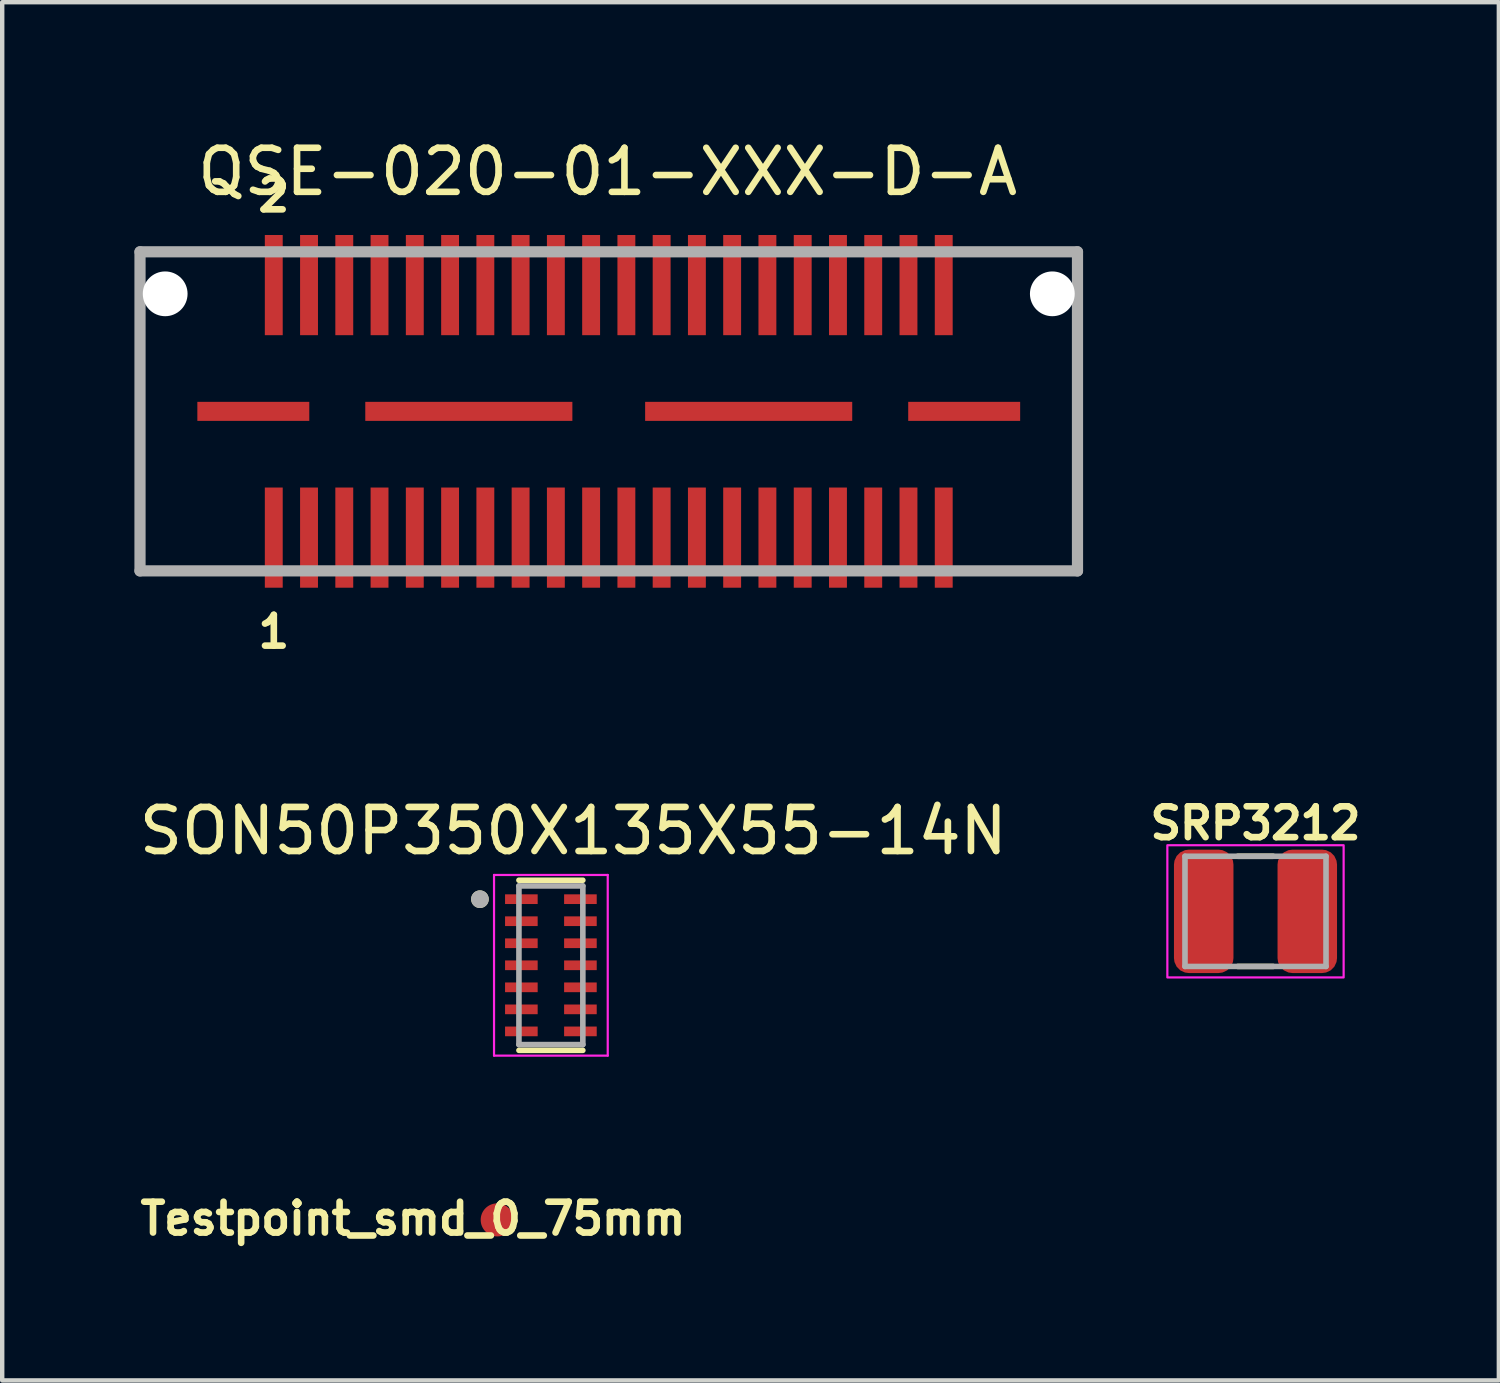
<source format=kicad_pcb>
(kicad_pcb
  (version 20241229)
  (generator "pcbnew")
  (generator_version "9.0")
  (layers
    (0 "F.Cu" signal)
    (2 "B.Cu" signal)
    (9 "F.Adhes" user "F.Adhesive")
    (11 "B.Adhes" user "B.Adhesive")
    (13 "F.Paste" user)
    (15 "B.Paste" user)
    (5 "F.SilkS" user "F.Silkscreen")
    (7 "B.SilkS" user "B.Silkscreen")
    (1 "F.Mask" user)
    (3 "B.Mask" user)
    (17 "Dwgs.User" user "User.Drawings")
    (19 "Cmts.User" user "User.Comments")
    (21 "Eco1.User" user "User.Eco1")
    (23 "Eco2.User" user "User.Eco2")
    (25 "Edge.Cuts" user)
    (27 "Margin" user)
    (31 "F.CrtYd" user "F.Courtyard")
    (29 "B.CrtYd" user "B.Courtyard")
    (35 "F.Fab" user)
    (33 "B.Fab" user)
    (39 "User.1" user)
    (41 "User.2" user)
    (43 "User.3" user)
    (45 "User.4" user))
  (footprint "Testpoint_smd_0_75mm"
    (layer "F.Cu")
    (at 8.232 24.681)
    (property "Reference" "Testpoint_smd_0_75mm" (at -1.91 -0.08 0) (layer "F.SilkS") (effects (font (size 0.7 0.7) (thickness 0.15))))
    (attr exclude_from_pos_files exclude_from_bom)
    (pad "1" smd circle (at 0 -0.051) (size 0.75 0.75) (layers "F.Cu" "F.Mask")))
  (footprint "SON50P350X135X55-14N"
    (layer "F.Cu")
    (at 9.45 18.853)
    (property "Reference" "SON50P350X135X55-14N" (at 0.508 -3.048 0) (layer "F.SilkS") (effects (font (size 1 1) (thickness 0.15))))
    (attr through_hole)
    (fp_line (start -0.725 -1.93) (end 0.725 -1.93) (stroke (width 0.127) (type solid)) (layer "F.SilkS"))
    (fp_line (start -0.725 1.93) (end 0.725 1.93) (stroke (width 0.127) (type solid)) (layer "F.SilkS"))
    (fp_circle (center -1.61 -1.5) (end -1.51 -1.5) (stroke (width 0.2) (type solid)) (fill no) (layer "F.SilkS"))
    (fp_line (start -1.29 -2.05) (end -1.29 2.05) (stroke (width 0.05) (type solid)) (layer "F.CrtYd"))
    (fp_line (start -1.29 -2.05) (end 1.29 -2.05) (stroke (width 0.05) (type solid)) (layer "F.CrtYd"))
    (fp_line (start -1.29 2.05) (end 1.29 2.05) (stroke (width 0.05) (type solid)) (layer "F.CrtYd"))
    (fp_line (start 1.29 -2.05) (end 1.29 2.05) (stroke (width 0.05) (type solid)) (layer "F.CrtYd"))
    (fp_line (start -0.725 -1.8) (end -0.725 1.8) (stroke (width 0.127) (type solid)) (layer "F.Fab"))
    (fp_line (start -0.725 -1.8) (end 0.725 -1.8) (stroke (width 0.127) (type solid)) (layer "F.Fab"))
    (fp_line (start -0.725 1.8) (end 0.725 1.8) (stroke (width 0.127) (type solid)) (layer "F.Fab"))
    (fp_line (start 0.725 -1.8) (end 0.725 1.8) (stroke (width 0.127) (type solid)) (layer "F.Fab"))
    (fp_circle (center -1.61 -1.5) (end -1.51 -1.5) (stroke (width 0.2) (type solid)) (fill no) (layer "F.Fab"))
    (pad "5" smd rect (at -0.67 0.5) (size 0.74 0.22) (layers "F.Cu" "F.Mask" "F.Paste"))
    (pad "8" smd rect (at -0.67 1.5) (size 0.74 0.22) (layers "F.Cu" "F.Mask" "F.Paste"))
    (pad "8" smd rect (at 0.67 1.5) (size 0.74 0.22) (layers "F.Cu" "F.Mask" "F.Paste"))
    (pad "9" smd rect (at -0.67 1) (size 0.74 0.22) (layers "F.Cu" "F.Mask" "F.Paste"))
    (pad "9" smd rect (at 0.67 1) (size 0.74 0.22) (layers "F.Cu" "F.Mask" "F.Paste"))
    (pad "10" smd rect (at 0.67 0.5) (size 0.74 0.22) (layers "F.Cu" "F.Mask" "F.Paste"))
    (pad "11" smd rect (at -0.67 0) (size 0.74 0.22) (layers "F.Cu" "F.Mask" "F.Paste"))
    (pad "11" smd rect (at 0.67 0) (size 0.74 0.22) (layers "F.Cu" "F.Mask" "F.Paste"))
    (pad "12" smd rect (at -0.67 -0.5) (size 0.74 0.22) (layers "F.Cu" "F.Mask" "F.Paste"))
    (pad "12" smd rect (at 0.67 -0.5) (size 0.74 0.22) (layers "F.Cu" "F.Mask" "F.Paste"))
    (pad "13" smd rect (at -0.67 -1) (size 0.74 0.22) (layers "F.Cu" "F.Mask" "F.Paste"))
    (pad "13" smd rect (at 0.67 -1) (size 0.74 0.22) (layers "F.Cu" "F.Mask" "F.Paste"))
    (pad "14" smd rect (at -0.67 -1.5) (size 0.74 0.22) (layers "F.Cu" "F.Mask" "F.Paste"))
    (pad "14" smd rect (at 0.67 -1.5) (size 0.74 0.22) (layers "F.Cu" "F.Mask" "F.Paste")))
  (footprint "QSE-020-01-XXX-D-A"
    (layer "F.Cu")
    (at 10.763 6.284)
    (property "Reference" "QSE-020-01-XXX-D-A" (at -0.025 -5.436 0) (layer "F.SilkS") (effects (font (size 1 1) (thickness 0.15))))
    (attr through_hole)
    (fp_line (start -10.636 -3.62) (end 10.636 -3.62) (stroke (width 0.254) (type solid)) (layer "F.Fab"))
    (fp_line (start -10.636 3.62) (end -10.636 -3.62) (stroke (width 0.254) (type solid)) (layer "F.Fab"))
    (fp_line (start 10.636 -3.62) (end 10.636 3.62) (stroke (width 0.254) (type solid)) (layer "F.Fab"))
    (fp_line (start 10.636 3.62) (end -10.636 3.62) (stroke (width 0.254) (type solid)) (layer "F.Fab"))
    (fp_text user "1" (at -7.6 5 0) (layer "F.SilkS") (effects (font (size 0.7 0.7) (thickness 0.15))))
    (fp_text user "2" (at -7.6 -4.9 0) (layer "F.SilkS") (effects (font (size 0.7 0.7) (thickness 0.15))))
    (pad "" np_thru_hole circle (at -10.065 -2.667) (size 1.016 1.016) (drill 1.016) (layers "*.Cu" "*.Mask"))
    (pad "" np_thru_hole circle (at 10.065 -2.667) (size 1.016 1.016) (drill 1.016) (layers "*.Cu" "*.Mask"))
    (pad "1" smd rect (at -7.601 2.865) (size 0.406 2.273) (layers "F.Cu" "F.Mask" "F.Paste"))
    (pad "2" smd rect (at -7.601 -2.865) (size 0.406 2.273) (layers "F.Cu" "F.Mask" "F.Paste"))
    (pad "3" smd rect (at -6.801 2.865) (size 0.406 2.273) (layers "F.Cu" "F.Mask" "F.Paste"))
    (pad "4" smd rect (at -6.801 -2.865) (size 0.406 2.273) (layers "F.Cu" "F.Mask" "F.Paste"))
    (pad "5" smd rect (at -6.001 2.865) (size 0.406 2.273) (layers "F.Cu" "F.Mask" "F.Paste"))
    (pad "6" smd rect (at -6.001 -2.865) (size 0.406 2.273) (layers "F.Cu" "F.Mask" "F.Paste"))
    (pad "7" smd rect (at -5.201 2.865) (size 0.406 2.273) (layers "F.Cu" "F.Mask" "F.Paste"))
    (pad "8" smd rect (at -5.201 -2.865) (size 0.406 2.273) (layers "F.Cu" "F.Mask" "F.Paste"))
    (pad "9" smd rect (at -4.401 2.865) (size 0.406 2.273) (layers "F.Cu" "F.Mask" "F.Paste"))
    (pad "10" smd rect (at -4.401 -2.865) (size 0.406 2.273) (layers "F.Cu" "F.Mask" "F.Paste"))
    (pad "11" smd rect (at -3.6 2.865) (size 0.406 2.273) (layers "F.Cu" "F.Mask" "F.Paste"))
    (pad "12" smd rect (at -3.6 -2.865) (size 0.406 2.273) (layers "F.Cu" "F.Mask" "F.Paste"))
    (pad "13" smd rect (at -2.8 2.865) (size 0.406 2.273) (layers "F.Cu" "F.Mask" "F.Paste"))
    (pad "14" smd rect (at -2.8 -2.865) (size 0.406 2.273) (layers "F.Cu" "F.Mask" "F.Paste"))
    (pad "15" smd rect (at -2 2.865) (size 0.406 2.273) (layers "F.Cu" "F.Mask" "F.Paste"))
    (pad "16" smd rect (at -2 -2.865) (size 0.406 2.273) (layers "F.Cu" "F.Mask" "F.Paste"))
    (pad "17" smd rect (at -1.2 2.865) (size 0.406 2.273) (layers "F.Cu" "F.Mask" "F.Paste"))
    (pad "18" smd rect (at -1.2 -2.865) (size 0.406 2.273) (layers "F.Cu" "F.Mask" "F.Paste"))
    (pad "19" smd rect (at -0.4 2.865) (size 0.406 2.273) (layers "F.Cu" "F.Mask" "F.Paste"))
    (pad "20" smd rect (at -0.4 -2.865) (size 0.406 2.273) (layers "F.Cu" "F.Mask" "F.Paste"))
    (pad "21" smd rect (at 0.4 2.865) (size 0.406 2.273) (layers "F.Cu" "F.Mask" "F.Paste"))
    (pad "22" smd rect (at 0.4 -2.865) (size 0.406 2.273) (layers "F.Cu" "F.Mask" "F.Paste"))
    (pad "23" smd rect (at 1.2 2.865) (size 0.406 2.273) (layers "F.Cu" "F.Mask" "F.Paste"))
    (pad "24" smd rect (at 1.2 -2.865) (size 0.406 2.273) (layers "F.Cu" "F.Mask" "F.Paste"))
    (pad "25" smd rect (at 2 2.865) (size 0.406 2.273) (layers "F.Cu" "F.Mask" "F.Paste"))
    (pad "26" smd rect (at 2 -2.865) (size 0.406 2.273) (layers "F.Cu" "F.Mask" "F.Paste"))
    (pad "27" smd rect (at 2.8 2.865) (size 0.406 2.273) (layers "F.Cu" "F.Mask" "F.Paste"))
    (pad "28" smd rect (at 2.8 -2.865) (size 0.406 2.273) (layers "F.Cu" "F.Mask" "F.Paste"))
    (pad "29" smd rect (at 3.6 2.865) (size 0.406 2.273) (layers "F.Cu" "F.Mask" "F.Paste"))
    (pad "30" smd rect (at 3.6 -2.865) (size 0.406 2.273) (layers "F.Cu" "F.Mask" "F.Paste"))
    (pad "31" smd rect (at 4.401 2.865) (size 0.406 2.273) (layers "F.Cu" "F.Mask" "F.Paste"))
    (pad "32" smd rect (at 4.401 -2.865) (size 0.406 2.273) (layers "F.Cu" "F.Mask" "F.Paste"))
    (pad "33" smd rect (at 5.201 2.865) (size 0.406 2.273) (layers "F.Cu" "F.Mask" "F.Paste"))
    (pad "34" smd rect (at 5.201 -2.865) (size 0.406 2.273) (layers "F.Cu" "F.Mask" "F.Paste"))
    (pad "35" smd rect (at 6.001 2.865) (size 0.406 2.273) (layers "F.Cu" "F.Mask" "F.Paste"))
    (pad "36" smd rect (at 6.001 -2.865) (size 0.406 2.273) (layers "F.Cu" "F.Mask" "F.Paste"))
    (pad "37" smd rect (at 6.801 2.865) (size 0.406 2.273) (layers "F.Cu" "F.Mask" "F.Paste"))
    (pad "38" smd rect (at 6.801 -2.865) (size 0.406 2.273) (layers "F.Cu" "F.Mask" "F.Paste"))
    (pad "39" smd rect (at 7.601 2.865) (size 0.406 2.273) (layers "F.Cu" "F.Mask" "F.Paste"))
    (pad "40" smd rect (at 7.601 -2.865) (size 0.406 2.273) (layers "F.Cu" "F.Mask" "F.Paste"))
    (pad "G1" smd rect (at -8.065 0) (size 2.54 0.432) (layers "F.Cu" "F.Mask" "F.Paste"))
    (pad "G2" smd rect (at -3.175 0) (size 4.699 0.432) (layers "F.Cu" "F.Mask" "F.Paste"))
    (pad "G3" smd rect (at 3.175 0) (size 4.699 0.432) (layers "F.Cu" "F.Mask" "F.Paste"))
    (pad "G4" smd rect (at 8.065 0) (size 2.54 0.432) (layers "F.Cu" "F.Mask" "F.Paste")))
  (footprint "SRP3212"
    (layer "F.Cu")
    (at 25.438 17.629)
    (property "Reference" "SRP3212" (at 0 -2 0) (layer "F.SilkS") (effects (font (size 0.7 0.7) (thickness 0.15))))
    (attr through_hole)
    (fp_line (start -0.4 -1.25) (end 0.4 -1.25) (stroke (width 0.127) (type solid)) (layer "F.SilkS"))
    (fp_line (start -0.4 1.25) (end 0.4 1.25) (stroke (width 0.127) (type solid)) (layer "F.SilkS"))
    (fp_rect (start -2 -1.5) (end 2 1.5) (stroke (width 0.05) (type solid)) (fill no) (layer "F.CrtYd"))
    (fp_line (start -1.6 1.25) (end -1.6 -1.25) (stroke (width 0.127) (type solid)) (layer "F.Fab"))
    (fp_line (start -1.6 1.25) (end 1.6 1.25) (stroke (width 0.127) (type solid)) (layer "F.Fab"))
    (fp_line (start 1.6 -1.25) (end -1.6 -1.25) (stroke (width 0.127) (type solid)) (layer "F.Fab"))
    (fp_line (start 1.6 -1.25) (end 1.6 1.25) (stroke (width 0.127) (type solid)) (layer "F.Fab"))
    (pad "1" smd roundrect (at -1.175 0) (size 1.35 2.8) (layers "F.Cu" "F.Mask" "F.Paste") (roundrect_rratio 0.25))
    (pad "2" smd roundrect (at 1.175 0) (size 1.35 2.8) (layers "F.Cu" "F.Mask" "F.Paste") (roundrect_rratio 0.25)))
  (gr_rect
    (start -3 -3)
    (end 30.96 28.273)
    (stroke (width 0.1) (type default))
    (fill no)
    (layer "Edge.Cuts")))
</source>
